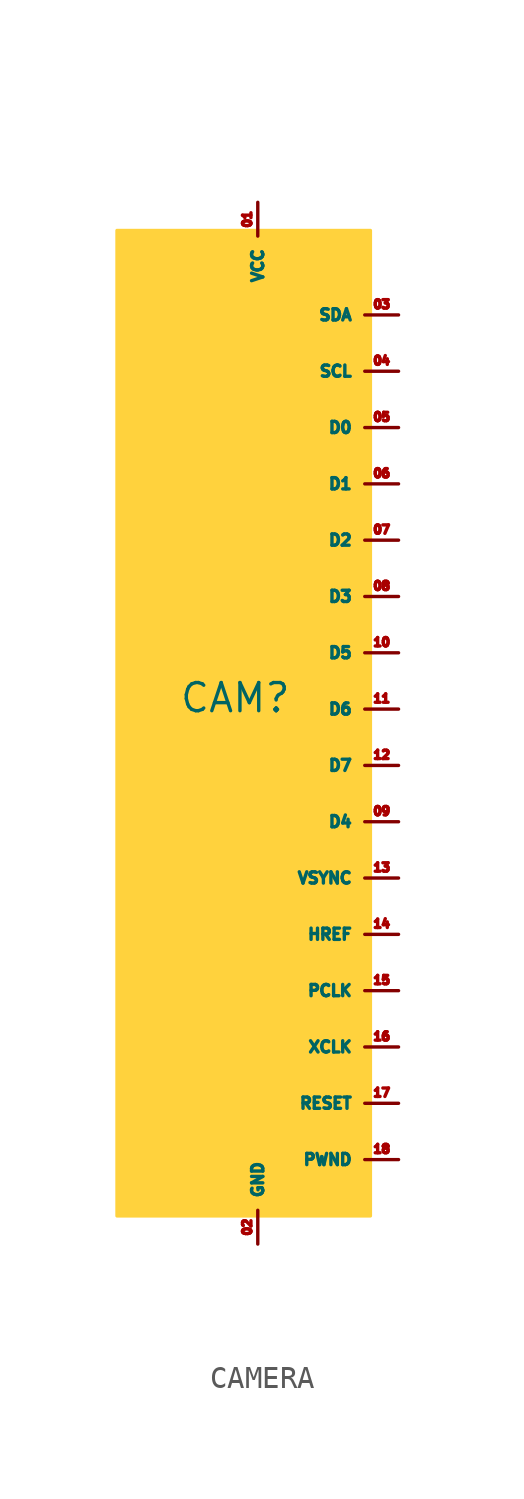
<source format=kicad_sym>
(kicad_symbol_lib
  (version 20231120)
  (generator "kicad_symbol_editor")
  (generator_version "8.0")
  (symbol "CAMERA"
    (property "Reference" "CAM"
      (at -1.016 -5.842 0)
      (effects (font (size 1.27 1.27))))
    (property "Value" ""
      (at 0 0 0)
      (effects (font (size 1.27 1.27))))
    (symbol "CAMERA_0_1"
      (rectangle (start -6.35 15.24) (end 5.08 -29.21) (stroke (width 0) (type default) (color 255 210 61 1)) (fill (type outline))))
    (symbol "CAMERA_1_1"
      (pin power_in line (at 0 16.51 270) (length 1.524) (name "VCC" (effects (font (size 0.508 0.508)))) (number "01" (effects (font (size 0.381 0.381)))))
      (pin power_in line (at 0 -30.48 90) (length 1.524) (name "GND" (effects (font (size 0.508 0.508)))) (number "02" (effects (font (size 0.381 0.381)))))
      (pin bidirectional line (at 6.35 11.43 180) (length 1.524) (name "SDA" (effects (font (size 0.508 0.508)))) (number "03" (effects (font (size 0.381 0.381)))))
      (pin bidirectional line (at 6.35 8.89 180) (length 1.524) (name "SCL" (effects (font (size 0.508 0.508)))) (number "04" (effects (font (size 0.381 0.381)))))
      (pin output line (at 6.35 6.35 180) (length 1.524) (name "D0" (effects (font (size 0.508 0.508)))) (number "05" (effects (font (size 0.381 0.381)))))
      (pin output line (at 6.35 3.81 180) (length 1.524) (name "D1" (effects (font (size 0.508 0.508)))) (number "06" (effects (font (size 0.381 0.381)))))
      (pin output line (at 6.35 1.27 180) (length 1.524) (name "D2" (effects (font (size 0.508 0.508)))) (number "07" (effects (font (size 0.381 0.381)))))
      (pin output line (at 6.35 -1.27 180) (length 1.524) (name "D3" (effects (font (size 0.508 0.508)))) (number "08" (effects (font (size 0.381 0.381)))))
      (pin output line (at 6.35 -11.43 180) (length 1.524) (name "D4" (effects (font (size 0.508 0.508)))) (number "09" (effects (font (size 0.381 0.381)))))
      (pin output line (at 6.35 -3.81 180) (length 1.524) (name "D5" (effects (font (size 0.508 0.508)))) (number "10" (effects (font (size 0.381 0.381)))))
      (pin output line (at 6.35 -6.35 180) (length 1.524) (name "D6" (effects (font (size 0.508 0.508)))) (number "11" (effects (font (size 0.381 0.381)))))
      (pin output line (at 6.35 -8.89 180) (length 1.524) (name "D7" (effects (font (size 0.508 0.508)))) (number "12" (effects (font (size 0.381 0.381)))))
      (pin output line (at 6.35 -13.97 180) (length 1.524) (name "VSYNC" (effects (font (size 0.508 0.508)))) (number "13" (effects (font (size 0.381 0.381)))))
      (pin output line (at 6.35 -16.51 180) (length 1.524) (name "HREF" (effects (font (size 0.508 0.508)))) (number "14" (effects (font (size 0.381 0.381)))))
      (pin output line (at 6.35 -19.05 180) (length 1.524) (name "PCLK" (effects (font (size 0.508 0.508)))) (number "15" (effects (font (size 0.381 0.381)))))
      (pin output line (at 6.35 -21.59 180) (length 1.524) (name "XCLK" (effects (font (size 0.508 0.508)))) (number "16" (effects (font (size 0.381 0.381)))))
      (pin output line (at 6.35 -24.13 180) (length 1.524) (name "RESET" (effects (font (size 0.508 0.508)))) (number "17" (effects (font (size 0.381 0.381)))))
      (pin output line (at 6.35 -26.67 180) (length 1.524) (name "PWND" (effects (font (size 0.508 0.508)))) (number "18" (effects (font (size 0.381 0.381))))))))
</source>
